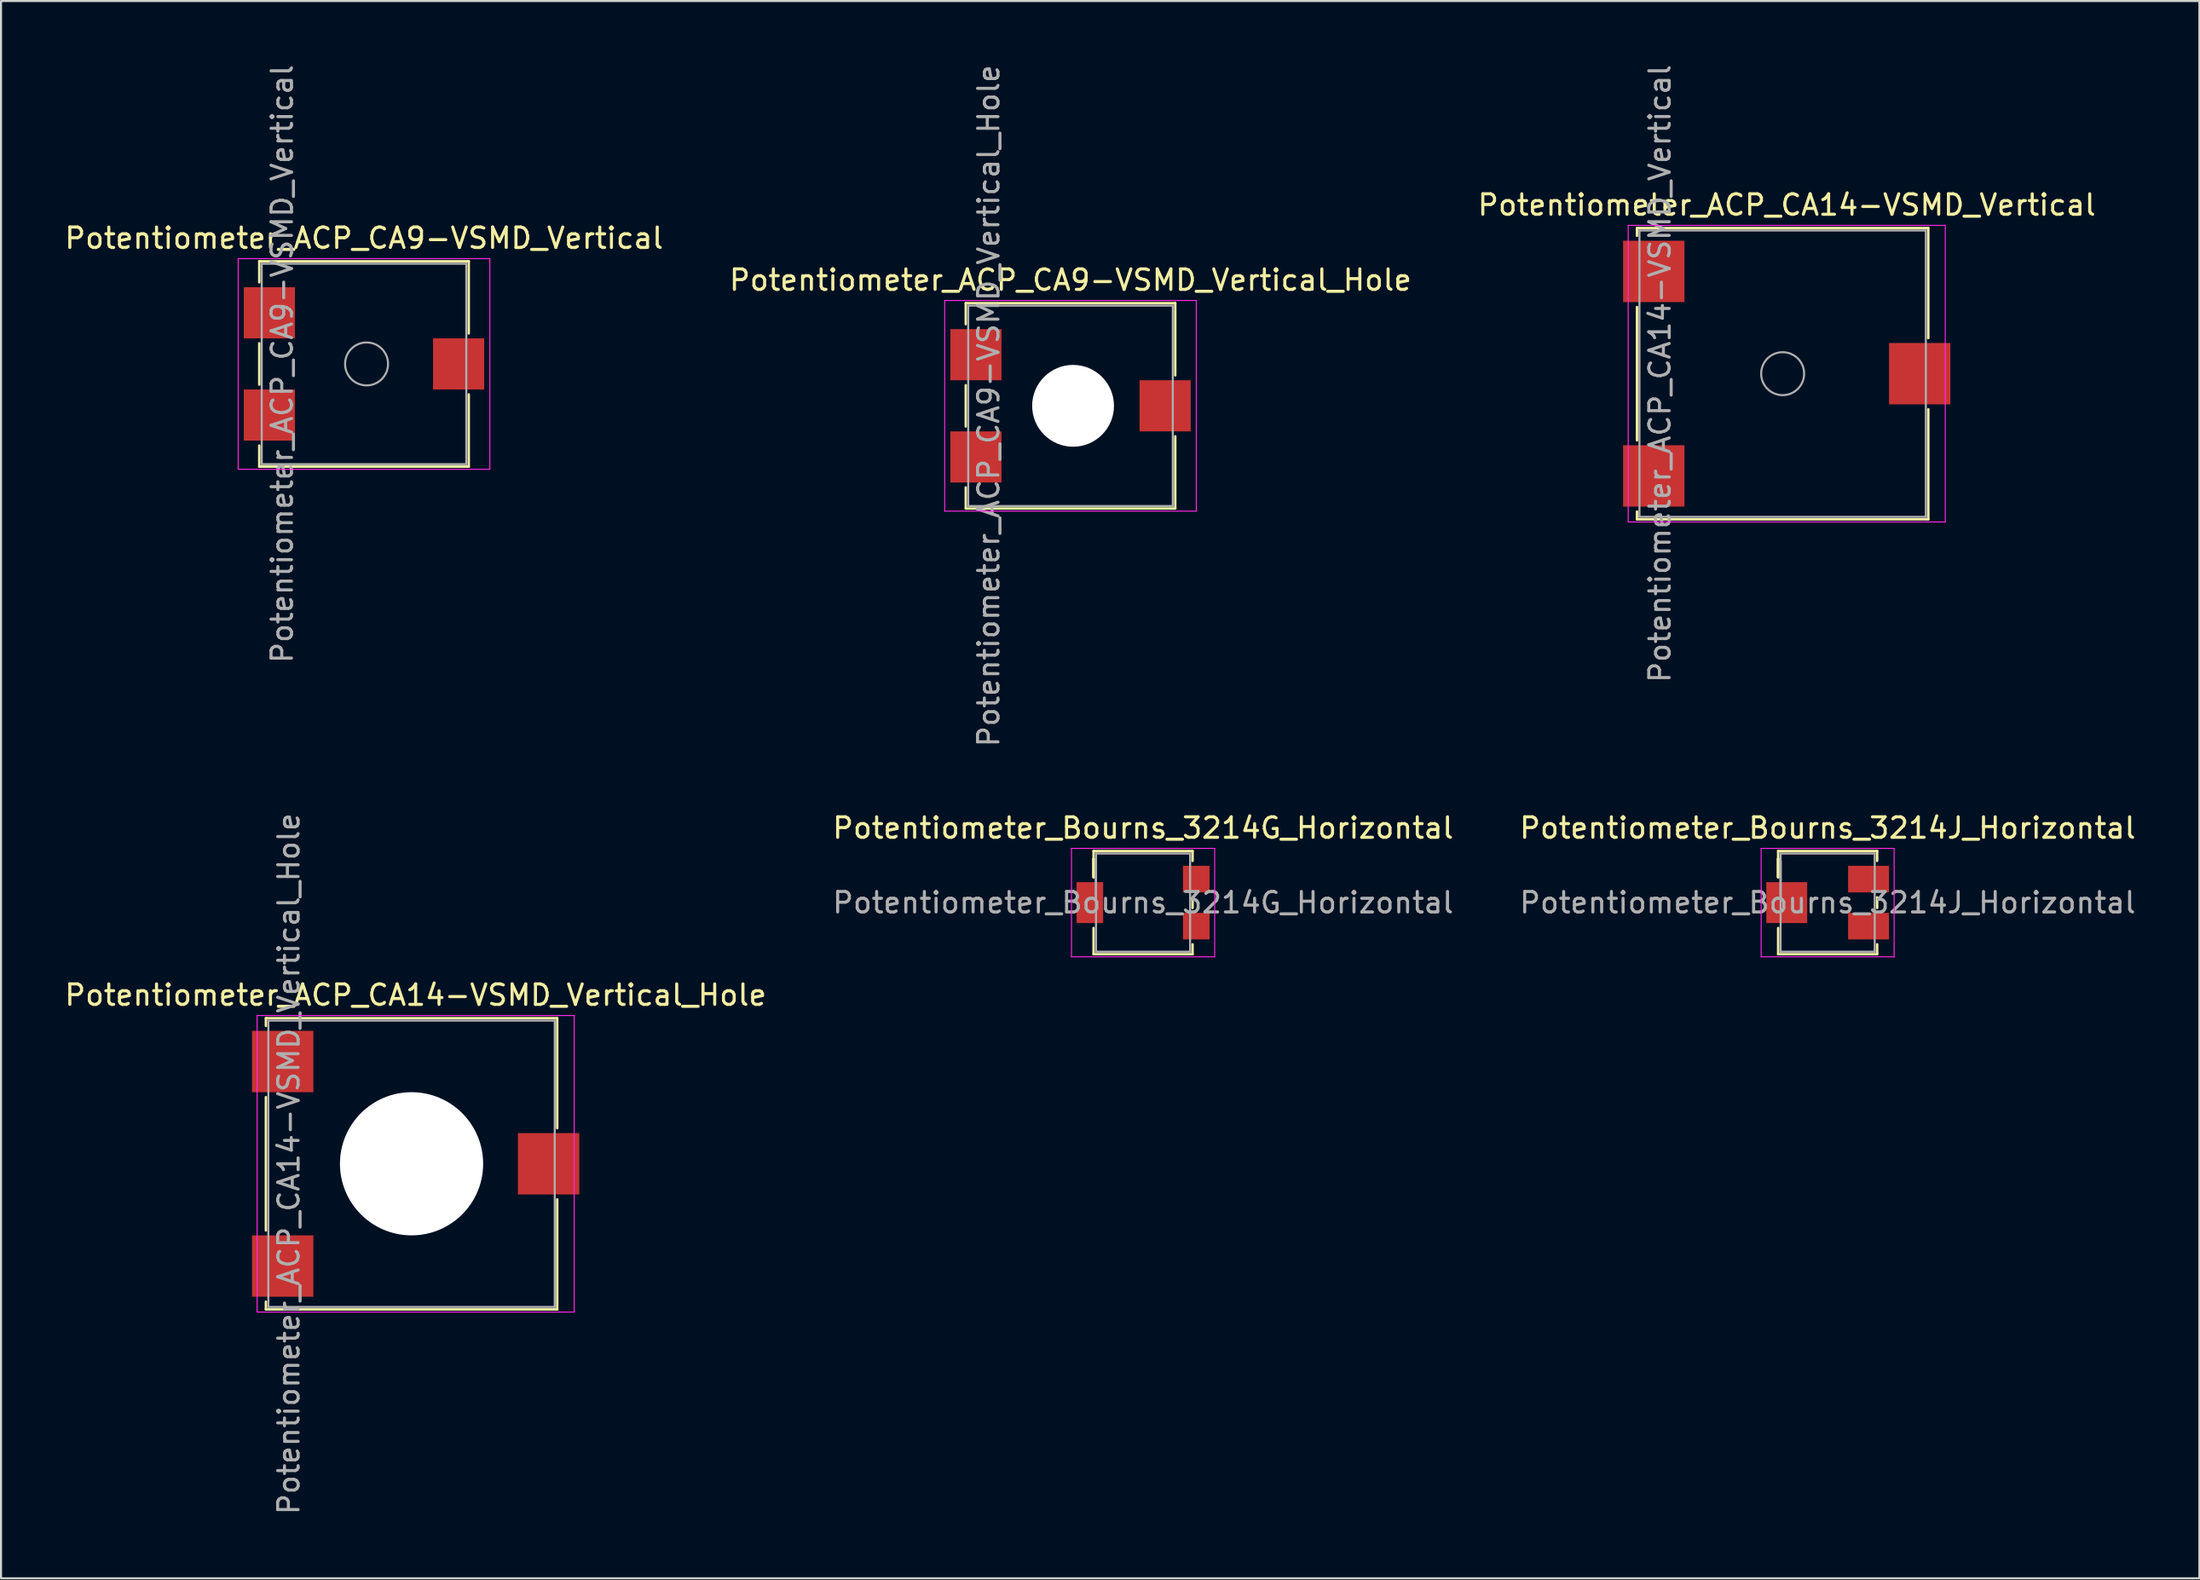
<source format=kicad_pcb>
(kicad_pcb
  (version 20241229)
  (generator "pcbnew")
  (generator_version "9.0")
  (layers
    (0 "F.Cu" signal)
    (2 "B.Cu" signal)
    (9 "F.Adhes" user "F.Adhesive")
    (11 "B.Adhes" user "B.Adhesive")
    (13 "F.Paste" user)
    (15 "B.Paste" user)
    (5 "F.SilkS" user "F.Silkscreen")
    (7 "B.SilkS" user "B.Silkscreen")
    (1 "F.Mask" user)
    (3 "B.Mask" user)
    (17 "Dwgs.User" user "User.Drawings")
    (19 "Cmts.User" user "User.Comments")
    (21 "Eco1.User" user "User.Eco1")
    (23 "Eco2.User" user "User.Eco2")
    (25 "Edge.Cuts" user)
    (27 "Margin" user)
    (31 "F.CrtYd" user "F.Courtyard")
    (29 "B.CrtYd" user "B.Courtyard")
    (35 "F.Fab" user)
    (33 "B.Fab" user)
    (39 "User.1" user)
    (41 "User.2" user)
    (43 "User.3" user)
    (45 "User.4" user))
  (footprint "Potentiometer_Bourns_3214J_Horizontal"
    (layer "F.Cu")
    (at 86.292 41.082)
    (property "Reference" "Potentiometer_Bourns_3214J_Horizontal" (at 0 -3.65 0) (layer "F.SilkS") (effects (font (size 1 1) (thickness 0.15))))
    (attr smd)
    (fp_line (start -2.42 -2.52) (end -2.42 -1.24) (stroke (width 0.12) (type solid)) (layer "F.SilkS"))
    (fp_line (start -2.42 -2.52) (end 2.42 -2.52) (stroke (width 0.12) (type solid)) (layer "F.SilkS"))
    (fp_line (start -2.42 -2.14) (end -2.42 -2.14) (stroke (width 0.12) (type solid)) (layer "F.SilkS"))
    (fp_line (start -2.42 -2.14) (end -2.42 -1.24) (stroke (width 0.12) (type solid)) (layer "F.SilkS"))
    (fp_line (start -2.42 -2.14) (end -2.42 -1.24) (stroke (width 0.12) (type solid)) (layer "F.SilkS"))
    (fp_line (start -2.42 1.24) (end -2.42 2.52) (stroke (width 0.12) (type solid)) (layer "F.SilkS"))
    (fp_line (start -2.42 2.52) (end 2.42 2.52) (stroke (width 0.12) (type solid)) (layer "F.SilkS"))
    (fp_line (start 2.42 -2.52) (end 2.42 -2.04) (stroke (width 0.12) (type solid)) (layer "F.SilkS"))
    (fp_line (start 2.42 -0.26) (end 2.42 0.26) (stroke (width 0.12) (type solid)) (layer "F.SilkS"))
    (fp_line (start 2.42 2.04) (end 2.42 2.52) (stroke (width 0.12) (type solid)) (layer "F.SilkS"))
    (fp_line (start -3.25 -2.65) (end -3.25 2.65) (stroke (width 0.05) (type solid)) (layer "F.CrtYd"))
    (fp_line (start -3.25 2.65) (end 3.25 2.65) (stroke (width 0.05) (type solid)) (layer "F.CrtYd"))
    (fp_line (start 3.25 -2.65) (end -3.25 -2.65) (stroke (width 0.05) (type solid)) (layer "F.CrtYd"))
    (fp_line (start 3.25 2.65) (end 3.25 -2.65) (stroke (width 0.05) (type solid)) (layer "F.CrtYd"))
    (fp_line (start -2.3 -2.4) (end -2.3 2.4) (stroke (width 0.1) (type solid)) (layer "F.Fab"))
    (fp_line (start -2.3 -2.02) (end -2.3 -2.02) (stroke (width 0.1) (type solid)) (layer "F.Fab"))
    (fp_line (start -2.3 -2.02) (end -2.3 -0.24) (stroke (width 0.1) (type solid)) (layer "F.Fab"))
    (fp_line (start -2.3 -1.13) (end -2.3 -1.13) (stroke (width 0.1) (type solid)) (layer "F.Fab"))
    (fp_line (start -2.3 -0.24) (end -2.3 -2.02) (stroke (width 0.1) (type solid)) (layer "F.Fab"))
    (fp_line (start -2.3 -0.24) (end -2.3 -0.24) (stroke (width 0.1) (type solid)) (layer "F.Fab"))
    (fp_line (start -2.3 2.4) (end 2.3 2.4) (stroke (width 0.1) (type solid)) (layer "F.Fab"))
    (fp_line (start 2.3 -2.4) (end -2.3 -2.4) (stroke (width 0.1) (type solid)) (layer "F.Fab"))
    (fp_line (start 2.3 2.4) (end 2.3 -2.4) (stroke (width 0.1) (type solid)) (layer "F.Fab"))
    (fp_text user "${REFERENCE}" (at 0 0 0) (layer "F.Fab") (effects (font (size 1 1) (thickness 0.15))))
    (pad "1" smd rect (at 2 -1.15) (size 2 1.3) (layers "F.Cu" "F.Mask" "F.Paste"))
    (pad "2" smd rect (at -2 0) (size 2 2) (layers "F.Cu" "F.Mask" "F.Paste"))
    (pad "3" smd rect (at 2 1.15) (size 2 1.3) (layers "F.Cu" "F.Mask" "F.Paste")))
  (footprint "Potentiometer_ACP_CA9-VSMD_Vertical_Hole"
    (layer "F.Cu")
    (at 49.28 16.792)
    (property "Reference" "Potentiometer_ACP_CA9-VSMD_Vertical_Hole" (at 0 -6.15 0) (layer "F.SilkS") (effects (font (size 1 1) (thickness 0.15))))
    (attr smd)
    (fp_line (start -5.12 -5.021) (end -5.12 -3.991) (stroke (width 0.12) (type solid)) (layer "F.SilkS"))
    (fp_line (start -5.12 -5.021) (end 5.12 -5.021) (stroke (width 0.12) (type solid)) (layer "F.SilkS"))
    (fp_line (start -5.12 -1.009) (end -5.12 1.01) (stroke (width 0.12) (type solid)) (layer "F.SilkS"))
    (fp_line (start -5.12 3.99) (end -5.12 5.02) (stroke (width 0.12) (type solid)) (layer "F.SilkS"))
    (fp_line (start -5.12 5.02) (end 5.12 5.02) (stroke (width 0.12) (type solid)) (layer "F.SilkS"))
    (fp_line (start 5.12 -5.021) (end 5.12 -1.49) (stroke (width 0.12) (type solid)) (layer "F.SilkS"))
    (fp_line (start 5.12 1.49) (end 5.12 5.02) (stroke (width 0.12) (type solid)) (layer "F.SilkS"))
    (fp_line (start -6.15 -5.15) (end -6.15 5.15) (stroke (width 0.05) (type solid)) (layer "F.CrtYd"))
    (fp_line (start -6.15 5.15) (end 6.15 5.15) (stroke (width 0.05) (type solid)) (layer "F.CrtYd"))
    (fp_line (start 6.15 -5.15) (end -6.15 -5.15) (stroke (width 0.05) (type solid)) (layer "F.CrtYd"))
    (fp_line (start 6.15 5.15) (end 6.15 -5.15) (stroke (width 0.05) (type solid)) (layer "F.CrtYd"))
    (fp_line (start -5 -4.9) (end -5 4.9) (stroke (width 0.1) (type solid)) (layer "F.Fab"))
    (fp_line (start -5 4.9) (end 5 4.9) (stroke (width 0.1) (type solid)) (layer "F.Fab"))
    (fp_line (start 5 -4.9) (end -5 -4.9) (stroke (width 0.1) (type solid)) (layer "F.Fab"))
    (fp_line (start 5 4.9) (end 5 -4.9) (stroke (width 0.1) (type solid)) (layer "F.Fab"))
    (fp_text user "${REFERENCE}" (at -4 0 90) (layer "F.Fab") (effects (font (size 1 1) (thickness 0.15))))
    (pad "" np_thru_hole circle (at 0.125 0) (size 4 4) (drill 4) (layers "*.Cu" "*.Mask"))
    (pad "1" smd rect (at -4.625 2.5) (size 2.5 2.5) (layers "F.Cu" "F.Mask" "F.Paste"))
    (pad "2" smd rect (at 4.625 0) (size 2.5 2.5) (layers "F.Cu" "F.Mask" "F.Paste"))
    (pad "3" smd rect (at -4.625 -2.5) (size 2.5 2.5) (layers "F.Cu" "F.Mask" "F.Paste")))
  (footprint "Potentiometer_ACP_CA14-VSMD_Vertical_Hole"
    (layer "F.Cu")
    (at 17.268 53.851)
    (property "Reference" "Potentiometer_ACP_CA14-VSMD_Vertical_Hole" (at 0 -8.25 0) (layer "F.SilkS") (effects (font (size 1 1) (thickness 0.15))))
    (attr smd)
    (fp_line (start -7.32 -7.12) (end -7.32 -6.741) (stroke (width 0.12) (type solid)) (layer "F.SilkS"))
    (fp_line (start -7.32 -7.12) (end 6.92 -7.12) (stroke (width 0.12) (type solid)) (layer "F.SilkS"))
    (fp_line (start -7.32 -3.259) (end -7.32 3.26) (stroke (width 0.12) (type solid)) (layer "F.SilkS"))
    (fp_line (start -7.32 6.74) (end -7.32 7.12) (stroke (width 0.12) (type solid)) (layer "F.SilkS"))
    (fp_line (start -7.32 7.12) (end 6.92 7.12) (stroke (width 0.12) (type solid)) (layer "F.SilkS"))
    (fp_line (start 6.92 -7.12) (end 6.92 -1.74) (stroke (width 0.12) (type solid)) (layer "F.SilkS"))
    (fp_line (start 6.92 1.74) (end 6.92 7.12) (stroke (width 0.12) (type solid)) (layer "F.SilkS"))
    (fp_line (start -7.75 -7.25) (end -7.75 7.25) (stroke (width 0.05) (type solid)) (layer "F.CrtYd"))
    (fp_line (start -7.75 7.25) (end 7.75 7.25) (stroke (width 0.05) (type solid)) (layer "F.CrtYd"))
    (fp_line (start 7.75 -7.25) (end -7.75 -7.25) (stroke (width 0.05) (type solid)) (layer "F.CrtYd"))
    (fp_line (start 7.75 7.25) (end 7.75 -7.25) (stroke (width 0.05) (type solid)) (layer "F.CrtYd"))
    (fp_line (start -7.2 -7) (end -7.2 7) (stroke (width 0.1) (type solid)) (layer "F.Fab"))
    (fp_line (start -7.2 7) (end 6.8 7) (stroke (width 0.1) (type solid)) (layer "F.Fab"))
    (fp_line (start 6.8 -7) (end -7.2 -7) (stroke (width 0.1) (type solid)) (layer "F.Fab"))
    (fp_line (start 6.8 7) (end 6.8 -7) (stroke (width 0.1) (type solid)) (layer "F.Fab"))
    (fp_text user "${REFERENCE}" (at -6.2 0 90) (layer "F.Fab") (effects (font (size 1 1) (thickness 0.15))))
    (pad "" np_thru_hole circle (at -0.2 0) (size 7 7) (drill 7) (layers "*.Cu" "*.Mask"))
    (pad "1" smd rect (at -6.5 5) (size 3 3) (layers "F.Cu" "F.Mask" "F.Paste"))
    (pad "2" smd rect (at 6.5 0) (size 3 3) (layers "F.Cu" "F.Mask" "F.Paste"))
    (pad "3" smd rect (at -6.5 -5) (size 3 3) (layers "F.Cu" "F.Mask" "F.Paste")))
  (footprint "Potentiometer_Bourns_3214G_Horizontal"
    (layer "F.Cu")
    (at 52.827 41.082)
    (property "Reference" "Potentiometer_Bourns_3214G_Horizontal" (at 0 -3.65 0) (layer "F.SilkS") (effects (font (size 1 1) (thickness 0.15))))
    (attr smd)
    (fp_line (start -2.42 -2.52) (end -2.42 -1.24) (stroke (width 0.12) (type solid)) (layer "F.SilkS"))
    (fp_line (start -2.42 -2.52) (end 2.42 -2.52) (stroke (width 0.12) (type solid)) (layer "F.SilkS"))
    (fp_line (start -2.42 -2.14) (end -2.42 -2.14) (stroke (width 0.12) (type solid)) (layer "F.SilkS"))
    (fp_line (start -2.42 -2.14) (end -2.42 -1.24) (stroke (width 0.12) (type solid)) (layer "F.SilkS"))
    (fp_line (start -2.42 -2.14) (end -2.42 -1.24) (stroke (width 0.12) (type solid)) (layer "F.SilkS"))
    (fp_line (start -2.42 1.24) (end -2.42 2.52) (stroke (width 0.12) (type solid)) (layer "F.SilkS"))
    (fp_line (start -2.42 2.52) (end 2.42 2.52) (stroke (width 0.12) (type solid)) (layer "F.SilkS"))
    (fp_line (start 2.42 -2.52) (end 2.42 -2.04) (stroke (width 0.12) (type solid)) (layer "F.SilkS"))
    (fp_line (start 2.42 -0.26) (end 2.42 0.26) (stroke (width 0.12) (type solid)) (layer "F.SilkS"))
    (fp_line (start 2.42 2.04) (end 2.42 2.52) (stroke (width 0.12) (type solid)) (layer "F.SilkS"))
    (fp_line (start -3.5 -2.65) (end -3.5 2.65) (stroke (width 0.05) (type solid)) (layer "F.CrtYd"))
    (fp_line (start -3.5 2.65) (end 3.5 2.65) (stroke (width 0.05) (type solid)) (layer "F.CrtYd"))
    (fp_line (start 3.5 -2.65) (end -3.5 -2.65) (stroke (width 0.05) (type solid)) (layer "F.CrtYd"))
    (fp_line (start 3.5 2.65) (end 3.5 -2.65) (stroke (width 0.05) (type solid)) (layer "F.CrtYd"))
    (fp_line (start -2.3 -2.4) (end -2.3 2.4) (stroke (width 0.1) (type solid)) (layer "F.Fab"))
    (fp_line (start -2.3 -2.02) (end -2.3 -2.02) (stroke (width 0.1) (type solid)) (layer "F.Fab"))
    (fp_line (start -2.3 -2.02) (end -2.3 -0.24) (stroke (width 0.1) (type solid)) (layer "F.Fab"))
    (fp_line (start -2.3 -1.13) (end -2.3 -1.13) (stroke (width 0.1) (type solid)) (layer "F.Fab"))
    (fp_line (start -2.3 -0.24) (end -2.3 -2.02) (stroke (width 0.1) (type solid)) (layer "F.Fab"))
    (fp_line (start -2.3 -0.24) (end -2.3 -0.24) (stroke (width 0.1) (type solid)) (layer "F.Fab"))
    (fp_line (start -2.3 2.4) (end 2.3 2.4) (stroke (width 0.1) (type solid)) (layer "F.Fab"))
    (fp_line (start 2.3 -2.4) (end -2.3 -2.4) (stroke (width 0.1) (type solid)) (layer "F.Fab"))
    (fp_line (start 2.3 2.4) (end 2.3 -2.4) (stroke (width 0.1) (type solid)) (layer "F.Fab"))
    (fp_text user "${REFERENCE}" (at 0 0 0) (layer "F.Fab") (effects (font (size 1 1) (thickness 0.15))))
    (pad "1" smd rect (at 2.6 -1.15) (size 1.3 1.3) (layers "F.Cu" "F.Mask" "F.Paste"))
    (pad "2" smd rect (at -2.6 0) (size 1.3 2) (layers "F.Cu" "F.Mask" "F.Paste"))
    (pad "3" smd rect (at 2.6 1.15) (size 1.3 1.3) (layers "F.Cu" "F.Mask" "F.Paste")))
  (footprint "Potentiometer_ACP_CA9-VSMD_Vertical"
    (layer "F.Cu")
    (at 14.744 14.744)
    (property "Reference" "Potentiometer_ACP_CA9-VSMD_Vertical" (at 0 -6.15 0) (layer "F.SilkS") (effects (font (size 1 1) (thickness 0.15))))
    (attr smd)
    (fp_line (start -5.12 -5.021) (end -5.12 -3.991) (stroke (width 0.12) (type solid)) (layer "F.SilkS"))
    (fp_line (start -5.12 -5.021) (end 5.12 -5.021) (stroke (width 0.12) (type solid)) (layer "F.SilkS"))
    (fp_line (start -5.12 -1.009) (end -5.12 1.01) (stroke (width 0.12) (type solid)) (layer "F.SilkS"))
    (fp_line (start -5.12 3.99) (end -5.12 5.02) (stroke (width 0.12) (type solid)) (layer "F.SilkS"))
    (fp_line (start -5.12 5.02) (end 5.12 5.02) (stroke (width 0.12) (type solid)) (layer "F.SilkS"))
    (fp_line (start 5.12 -5.021) (end 5.12 -1.49) (stroke (width 0.12) (type solid)) (layer "F.SilkS"))
    (fp_line (start 5.12 1.49) (end 5.12 5.02) (stroke (width 0.12) (type solid)) (layer "F.SilkS"))
    (fp_line (start -6.15 -5.15) (end -6.15 5.15) (stroke (width 0.05) (type solid)) (layer "F.CrtYd"))
    (fp_line (start -6.15 5.15) (end 6.15 5.15) (stroke (width 0.05) (type solid)) (layer "F.CrtYd"))
    (fp_line (start 6.15 -5.15) (end -6.15 -5.15) (stroke (width 0.05) (type solid)) (layer "F.CrtYd"))
    (fp_line (start 6.15 5.15) (end 6.15 -5.15) (stroke (width 0.05) (type solid)) (layer "F.CrtYd"))
    (fp_line (start -5 -4.9) (end -5 4.9) (stroke (width 0.1) (type solid)) (layer "F.Fab"))
    (fp_line (start -5 4.9) (end 5 4.9) (stroke (width 0.1) (type solid)) (layer "F.Fab"))
    (fp_line (start 5 -4.9) (end -5 -4.9) (stroke (width 0.1) (type solid)) (layer "F.Fab"))
    (fp_line (start 5 4.9) (end 5 -4.9) (stroke (width 0.1) (type solid)) (layer "F.Fab"))
    (fp_circle (center 0.125 0) (end 1.175 0) (stroke (width 0.1) (type solid)) (fill no) (layer "F.Fab"))
    (fp_text user "${REFERENCE}" (at -4 0 90) (layer "F.Fab") (effects (font (size 1 1) (thickness 0.15))))
    (pad "1" smd rect (at -4.625 2.5) (size 2.5 2.5) (layers "F.Cu" "F.Mask" "F.Paste"))
    (pad "2" smd rect (at 4.625 0) (size 2.5 2.5) (layers "F.Cu" "F.Mask" "F.Paste"))
    (pad "3" smd rect (at -4.625 -2.5) (size 2.5 2.5) (layers "F.Cu" "F.Mask" "F.Paste")))
  (footprint "Potentiometer_ACP_CA14-VSMD_Vertical"
    (layer "F.Cu")
    (at 84.292 15.22)
    (property "Reference" "Potentiometer_ACP_CA14-VSMD_Vertical" (at 0 -8.25 0) (layer "F.SilkS") (effects (font (size 1 1) (thickness 0.15))))
    (attr smd)
    (fp_line (start -7.32 -7.12) (end -7.32 -6.741) (stroke (width 0.12) (type solid)) (layer "F.SilkS"))
    (fp_line (start -7.32 -7.12) (end 6.92 -7.12) (stroke (width 0.12) (type solid)) (layer "F.SilkS"))
    (fp_line (start -7.32 -3.259) (end -7.32 3.26) (stroke (width 0.12) (type solid)) (layer "F.SilkS"))
    (fp_line (start -7.32 6.74) (end -7.32 7.12) (stroke (width 0.12) (type solid)) (layer "F.SilkS"))
    (fp_line (start -7.32 7.12) (end 6.92 7.12) (stroke (width 0.12) (type solid)) (layer "F.SilkS"))
    (fp_line (start 6.92 -7.12) (end 6.92 -1.74) (stroke (width 0.12) (type solid)) (layer "F.SilkS"))
    (fp_line (start 6.92 1.74) (end 6.92 7.12) (stroke (width 0.12) (type solid)) (layer "F.SilkS"))
    (fp_line (start -7.75 -7.25) (end -7.75 7.25) (stroke (width 0.05) (type solid)) (layer "F.CrtYd"))
    (fp_line (start -7.75 7.25) (end 7.75 7.25) (stroke (width 0.05) (type solid)) (layer "F.CrtYd"))
    (fp_line (start 7.75 -7.25) (end -7.75 -7.25) (stroke (width 0.05) (type solid)) (layer "F.CrtYd"))
    (fp_line (start 7.75 7.25) (end 7.75 -7.25) (stroke (width 0.05) (type solid)) (layer "F.CrtYd"))
    (fp_line (start -7.2 -7) (end -7.2 7) (stroke (width 0.1) (type solid)) (layer "F.Fab"))
    (fp_line (start -7.2 7) (end 6.8 7) (stroke (width 0.1) (type solid)) (layer "F.Fab"))
    (fp_line (start 6.8 -7) (end -7.2 -7) (stroke (width 0.1) (type solid)) (layer "F.Fab"))
    (fp_line (start 6.8 7) (end 6.8 -7) (stroke (width 0.1) (type solid)) (layer "F.Fab"))
    (fp_circle (center -0.2 0) (end 0.85 0) (stroke (width 0.1) (type solid)) (fill no) (layer "F.Fab"))
    (fp_text user "${REFERENCE}" (at -6.2 0 90) (layer "F.Fab") (effects (font (size 1 1) (thickness 0.15))))
    (pad "1" smd rect (at -6.5 5) (size 3 3) (layers "F.Cu" "F.Mask" "F.Paste"))
    (pad "2" smd rect (at 6.5 0) (size 3 3) (layers "F.Cu" "F.Mask" "F.Paste"))
    (pad "3" smd rect (at -6.5 -5) (size 3 3) (layers "F.Cu" "F.Mask" "F.Paste")))
  (gr_rect
    (start -3 -3)
    (end 104.464 74.119)
    (stroke (width 0.1) (type default))
    (fill no)
    (layer "Edge.Cuts")))
</source>
